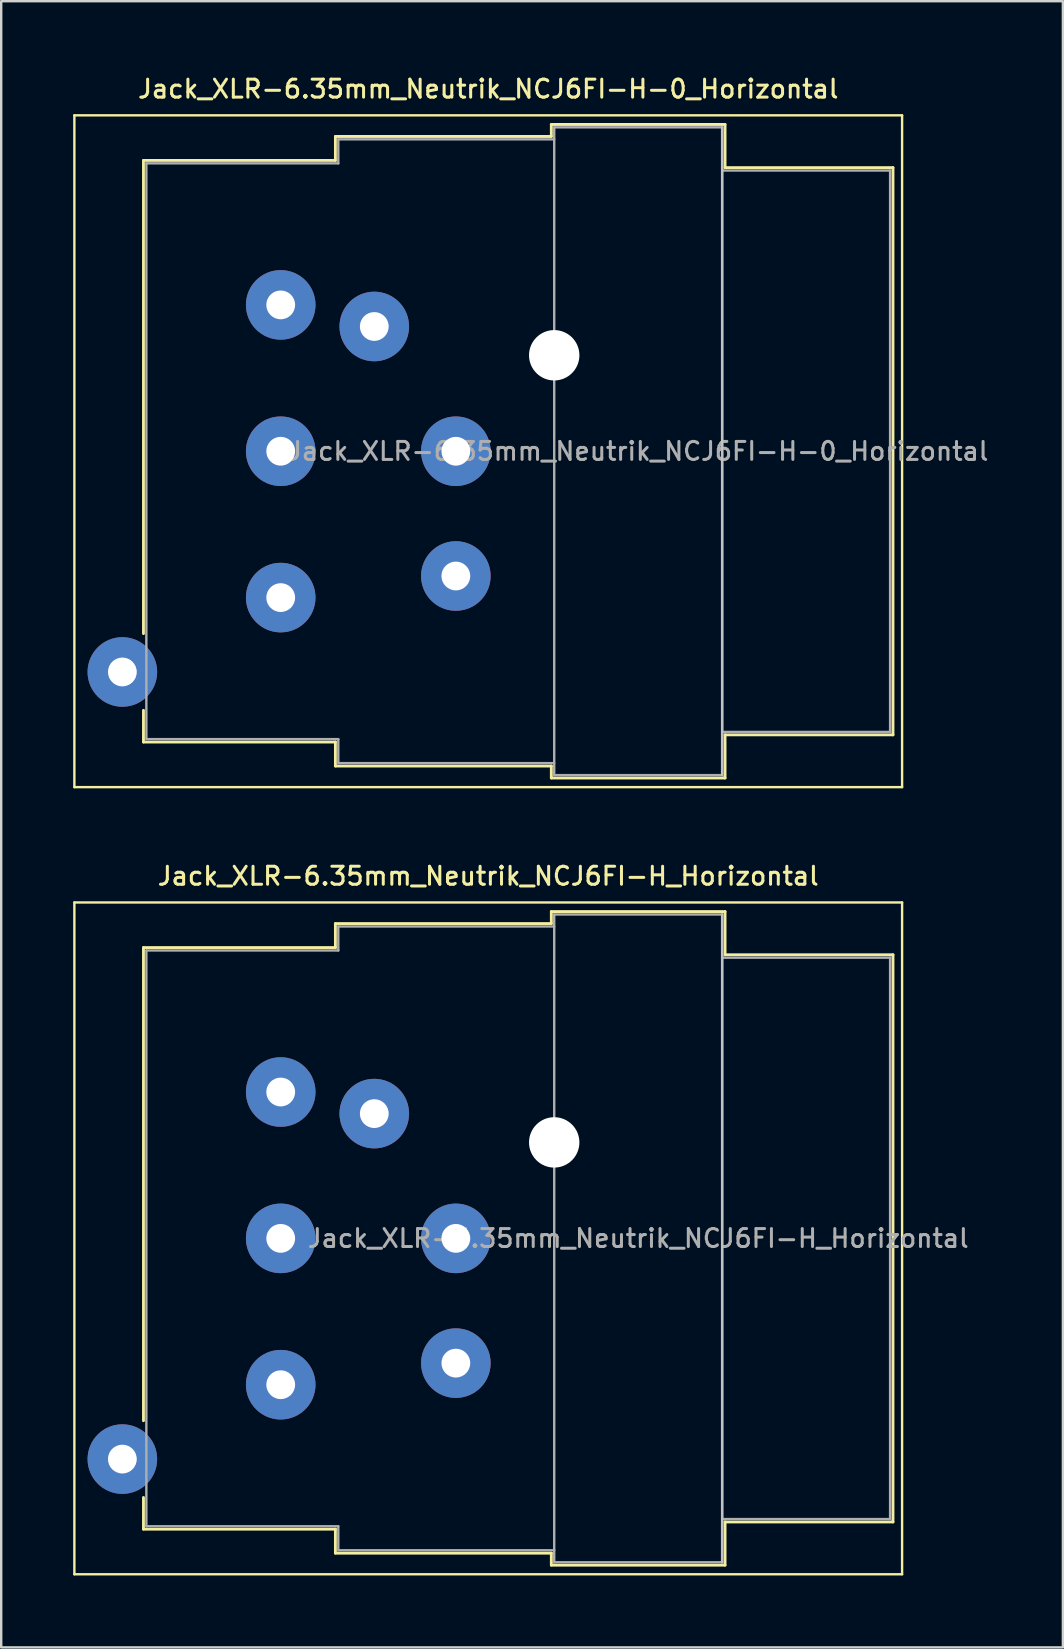
<source format=kicad_pcb>
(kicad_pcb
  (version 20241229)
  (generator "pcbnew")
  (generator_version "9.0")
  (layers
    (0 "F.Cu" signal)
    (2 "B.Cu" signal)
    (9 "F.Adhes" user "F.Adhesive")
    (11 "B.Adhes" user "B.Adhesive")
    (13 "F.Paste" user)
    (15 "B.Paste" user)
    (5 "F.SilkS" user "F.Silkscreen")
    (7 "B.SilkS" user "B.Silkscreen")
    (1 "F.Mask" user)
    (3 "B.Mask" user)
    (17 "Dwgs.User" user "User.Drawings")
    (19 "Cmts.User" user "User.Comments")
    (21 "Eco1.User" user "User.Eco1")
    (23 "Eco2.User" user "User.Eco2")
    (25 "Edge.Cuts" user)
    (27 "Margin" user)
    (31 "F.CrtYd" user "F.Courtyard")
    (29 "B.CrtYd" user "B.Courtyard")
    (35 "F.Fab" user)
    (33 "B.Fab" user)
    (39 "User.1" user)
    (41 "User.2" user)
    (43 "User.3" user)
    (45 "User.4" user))
  (footprint "Jack_XLR-6.35mm_Neutrik_NCJ6FI-H_Horizontal"
    (layer "F.Cu")
    (at 8.65 42.466)
    (property "Reference" "Jack_XLR-6.35mm_Neutrik_NCJ6FI-H_Horizontal" (at 8.65 -9 0) (layer "F.SilkS") (effects (font (size 0.75 0.75) (thickness 0.125))))
    (attr through_hole)
    (fp_line (start -8.6 -7.9) (end -8.6 20.1) (stroke (width 0.1) (type solid)) (layer "F.SilkS"))
    (fp_line (start -5.72 -6.02) (end -5.72 13.7) (stroke (width 0.12) (type solid)) (layer "F.SilkS"))
    (fp_line (start -5.72 16.9) (end -5.72 18.22) (stroke (width 0.12) (type solid)) (layer "F.SilkS"))
    (fp_line (start 2.28 -7.02) (end 2.28 -6.02) (stroke (width 0.12) (type solid)) (layer "F.SilkS"))
    (fp_line (start 2.28 -6.02) (end -5.72 -6.02) (stroke (width 0.12) (type solid)) (layer "F.SilkS"))
    (fp_line (start 2.28 18.22) (end -5.72 18.22) (stroke (width 0.12) (type solid)) (layer "F.SilkS"))
    (fp_line (start 2.28 19.22) (end 2.28 18.22) (stroke (width 0.12) (type solid)) (layer "F.SilkS"))
    (fp_line (start 11.28 -7.02) (end 2.28 -7.02) (stroke (width 0.12) (type solid)) (layer "F.SilkS"))
    (fp_line (start 11.28 -7.02) (end 11.28 -7.52) (stroke (width 0.12) (type solid)) (layer "F.SilkS"))
    (fp_line (start 11.28 19.22) (end 2.28 19.22) (stroke (width 0.12) (type solid)) (layer "F.SilkS"))
    (fp_line (start 11.28 19.72) (end 11.28 19.22) (stroke (width 0.12) (type solid)) (layer "F.SilkS"))
    (fp_line (start 18.52 -7.52) (end 11.28 -7.52) (stroke (width 0.12) (type solid)) (layer "F.SilkS"))
    (fp_line (start 18.52 -7.52) (end 18.52 -5.72) (stroke (width 0.12) (type solid)) (layer "F.SilkS"))
    (fp_line (start 18.52 -5.72) (end 25.52 -5.72) (stroke (width 0.12) (type solid)) (layer "F.SilkS"))
    (fp_line (start 18.52 17.92) (end 18.52 19.72) (stroke (width 0.12) (type solid)) (layer "F.SilkS"))
    (fp_line (start 18.52 17.92) (end 25.52 17.92) (stroke (width 0.12) (type solid)) (layer "F.SilkS"))
    (fp_line (start 18.52 19.72) (end 11.28 19.72) (stroke (width 0.12) (type solid)) (layer "F.SilkS"))
    (fp_line (start 25.52 -5.72) (end 25.52 17.92) (stroke (width 0.12) (type solid)) (layer "F.SilkS"))
    (fp_line (start 25.9 -7.9) (end -8.6 -7.9) (stroke (width 0.1) (type solid)) (layer "F.SilkS"))
    (fp_line (start 25.9 -7.9) (end 25.9 20.1) (stroke (width 0.1) (type solid)) (layer "F.SilkS"))
    (fp_line (start 25.9 20.1) (end -8.6 20.1) (stroke (width 0.1) (type solid)) (layer "F.SilkS"))
    (fp_line (start 18.4 -7.4) (end 18.4 19.6) (stroke (width 0.1) (type solid)) (layer "Dwgs.User"))
    (fp_line (start -5.6 -5.9) (end -5.6 18.1) (stroke (width 0.1) (type solid)) (layer "F.Fab"))
    (fp_line (start -5.6 18.1) (end 2.4 18.1) (stroke (width 0.1) (type solid)) (layer "F.Fab"))
    (fp_line (start 2.4 -6.9) (end 2.4 -5.9) (stroke (width 0.1) (type solid)) (layer "F.Fab"))
    (fp_line (start 2.4 -5.9) (end -5.6 -5.9) (stroke (width 0.1) (type solid)) (layer "F.Fab"))
    (fp_line (start 2.4 18.1) (end 2.4 19.1) (stroke (width 0.1) (type solid)) (layer "F.Fab"))
    (fp_line (start 2.4 19.1) (end 11.4 19.1) (stroke (width 0.1) (type solid)) (layer "F.Fab"))
    (fp_line (start 11.4 -7.4) (end 18.4 -7.4) (stroke (width 0.1) (type solid)) (layer "F.Fab"))
    (fp_line (start 11.4 -6.9) (end 2.4 -6.9) (stroke (width 0.1) (type solid)) (layer "F.Fab"))
    (fp_line (start 11.4 19.6) (end 11.4 -7.4) (stroke (width 0.1) (type solid)) (layer "F.Fab"))
    (fp_line (start 18.4 -7.4) (end 18.4 19.6) (stroke (width 0.1) (type solid)) (layer "F.Fab"))
    (fp_line (start 18.4 -5.6) (end 25.4 -5.6) (stroke (width 0.1) (type solid)) (layer "F.Fab"))
    (fp_line (start 18.4 19.6) (end 11.4 19.6) (stroke (width 0.1) (type solid)) (layer "F.Fab"))
    (fp_line (start 25.4 -5.6) (end 25.4 17.8) (stroke (width 0.1) (type solid)) (layer "F.Fab"))
    (fp_line (start 25.4 17.8) (end 18.4 17.8) (stroke (width 0.1) (type solid)) (layer "F.Fab"))
    (fp_text user "${REFERENCE}" (at 14.9 6.1 0) (layer "F.Fab") (effects (font (size 0.75 0.75) (thickness 0.125))))
    (pad "" np_thru_hole circle (at 11.4 2.1) (size 2.1 2.1) (drill 2.1) (layers "*.Cu" "*.Mask"))
    (pad "1" thru_hole circle (at 0 0) (size 2.9 2.9) (drill 1.2) (layers "*.Cu" "*.Mask"))
    (pad "2" thru_hole circle (at 0 12.2) (size 2.9 2.9) (drill 1.2) (layers "*.Cu" "*.Mask"))
    (pad "3" thru_hole circle (at 0 6.1) (size 2.9 2.9) (drill 1.2) (layers "*.Cu" "*.Mask"))
    (pad "G" thru_hole circle (at 7.3 6.1) (size 2.9 2.9) (drill 1.2) (layers "*.Cu" "*.Mask"))
    (pad "R" thru_hole circle (at 3.9 0.9) (size 2.9 2.9) (drill 1.2) (layers "*.Cu" "*.Mask"))
    (pad "S" thru_hole circle (at 7.3 11.3) (size 2.9 2.9) (drill 1.2) (layers "*.Cu" "*.Mask"))
    (pad "T" thru_hole circle (at -6.6 15.3) (size 2.9 2.9) (drill 1.2) (layers "*.Cu" "*.Mask")))
  (footprint "Jack_XLR-6.35mm_Neutrik_NCJ6FI-H-0_Horizontal"
    (layer "F.Cu")
    (at 8.65 9.658)
    (property "Reference" "Jack_XLR-6.35mm_Neutrik_NCJ6FI-H-0_Horizontal" (at 8.65 -9 0) (layer "F.SilkS") (effects (font (size 0.75 0.75) (thickness 0.125))))
    (attr through_hole)
    (fp_line (start -8.6 -7.9) (end -8.6 20.1) (stroke (width 0.1) (type solid)) (layer "F.SilkS"))
    (fp_line (start -5.72 -6.02) (end -5.72 13.7) (stroke (width 0.12) (type solid)) (layer "F.SilkS"))
    (fp_line (start -5.72 16.9) (end -5.72 18.22) (stroke (width 0.12) (type solid)) (layer "F.SilkS"))
    (fp_line (start 2.28 -7.02) (end 2.28 -6.02) (stroke (width 0.12) (type solid)) (layer "F.SilkS"))
    (fp_line (start 2.28 -6.02) (end -5.72 -6.02) (stroke (width 0.12) (type solid)) (layer "F.SilkS"))
    (fp_line (start 2.28 18.22) (end -5.72 18.22) (stroke (width 0.12) (type solid)) (layer "F.SilkS"))
    (fp_line (start 2.28 19.22) (end 2.28 18.22) (stroke (width 0.12) (type solid)) (layer "F.SilkS"))
    (fp_line (start 11.28 -7.02) (end 2.28 -7.02) (stroke (width 0.12) (type solid)) (layer "F.SilkS"))
    (fp_line (start 11.28 -7.02) (end 11.28 -7.52) (stroke (width 0.12) (type solid)) (layer "F.SilkS"))
    (fp_line (start 11.28 19.22) (end 2.28 19.22) (stroke (width 0.12) (type solid)) (layer "F.SilkS"))
    (fp_line (start 11.28 19.72) (end 11.28 19.22) (stroke (width 0.12) (type solid)) (layer "F.SilkS"))
    (fp_line (start 18.52 -7.52) (end 11.28 -7.52) (stroke (width 0.12) (type solid)) (layer "F.SilkS"))
    (fp_line (start 18.52 -7.52) (end 18.52 -5.72) (stroke (width 0.12) (type solid)) (layer "F.SilkS"))
    (fp_line (start 18.52 -5.72) (end 25.52 -5.72) (stroke (width 0.12) (type solid)) (layer "F.SilkS"))
    (fp_line (start 18.52 17.92) (end 18.52 19.72) (stroke (width 0.12) (type solid)) (layer "F.SilkS"))
    (fp_line (start 18.52 17.92) (end 25.52 17.92) (stroke (width 0.12) (type solid)) (layer "F.SilkS"))
    (fp_line (start 18.52 19.72) (end 11.28 19.72) (stroke (width 0.12) (type solid)) (layer "F.SilkS"))
    (fp_line (start 25.52 -5.72) (end 25.52 17.92) (stroke (width 0.12) (type solid)) (layer "F.SilkS"))
    (fp_line (start 25.9 -7.9) (end -8.6 -7.9) (stroke (width 0.1) (type solid)) (layer "F.SilkS"))
    (fp_line (start 25.9 -7.9) (end 25.9 20.1) (stroke (width 0.1) (type solid)) (layer "F.SilkS"))
    (fp_line (start 25.9 20.1) (end -8.6 20.1) (stroke (width 0.1) (type solid)) (layer "F.SilkS"))
    (fp_line (start 18.4 -7.4) (end 18.4 19.6) (stroke (width 0.1) (type solid)) (layer "Dwgs.User"))
    (fp_line (start -5.6 -5.9) (end -5.6 18.1) (stroke (width 0.1) (type solid)) (layer "F.Fab"))
    (fp_line (start -5.6 18.1) (end 2.4 18.1) (stroke (width 0.1) (type solid)) (layer "F.Fab"))
    (fp_line (start 2.4 -6.9) (end 2.4 -5.9) (stroke (width 0.1) (type solid)) (layer "F.Fab"))
    (fp_line (start 2.4 -5.9) (end -5.6 -5.9) (stroke (width 0.1) (type solid)) (layer "F.Fab"))
    (fp_line (start 2.4 18.1) (end 2.4 19.1) (stroke (width 0.1) (type solid)) (layer "F.Fab"))
    (fp_line (start 2.4 19.1) (end 11.4 19.1) (stroke (width 0.1) (type solid)) (layer "F.Fab"))
    (fp_line (start 11.4 -7.4) (end 18.4 -7.4) (stroke (width 0.1) (type solid)) (layer "F.Fab"))
    (fp_line (start 11.4 -6.9) (end 2.4 -6.9) (stroke (width 0.1) (type solid)) (layer "F.Fab"))
    (fp_line (start 11.4 19.6) (end 11.4 -7.4) (stroke (width 0.1) (type solid)) (layer "F.Fab"))
    (fp_line (start 18.4 -7.4) (end 18.4 19.6) (stroke (width 0.1) (type solid)) (layer "F.Fab"))
    (fp_line (start 18.4 -5.6) (end 25.4 -5.6) (stroke (width 0.1) (type solid)) (layer "F.Fab"))
    (fp_line (start 18.4 19.6) (end 11.4 19.6) (stroke (width 0.1) (type solid)) (layer "F.Fab"))
    (fp_line (start 25.4 -5.6) (end 25.4 17.8) (stroke (width 0.1) (type solid)) (layer "F.Fab"))
    (fp_line (start 25.4 17.8) (end 18.4 17.8) (stroke (width 0.1) (type solid)) (layer "F.Fab"))
    (fp_text user "${REFERENCE}" (at 14.9 6.1 0) (layer "F.Fab") (effects (font (size 0.75 0.75) (thickness 0.125))))
    (pad "" np_thru_hole circle (at 11.4 2.1) (size 2.1 2.1) (drill 2.1) (layers "*.Cu" "*.Mask"))
    (pad "1" thru_hole circle (at 0 0) (size 2.9 2.9) (drill 1.2) (layers "*.Cu" "*.Mask"))
    (pad "2" thru_hole circle (at 0 12.2) (size 2.9 2.9) (drill 1.2) (layers "*.Cu" "*.Mask"))
    (pad "3" thru_hole circle (at 0 6.1) (size 2.9 2.9) (drill 1.2) (layers "*.Cu" "*.Mask"))
    (pad "G" thru_hole circle (at 7.3 6.1) (size 2.9 2.9) (drill 1.2) (layers "*.Cu" "*.Mask"))
    (pad "R" thru_hole circle (at 3.9 0.9) (size 2.9 2.9) (drill 1.2) (layers "*.Cu" "*.Mask"))
    (pad "S" thru_hole circle (at 7.3 11.3) (size 2.9 2.9) (drill 1.2) (layers "*.Cu" "*.Mask"))
    (pad "T" thru_hole circle (at -6.6 15.3) (size 2.9 2.9) (drill 1.2) (layers "*.Cu" "*.Mask")))
  (gr_rect
    (start -3 -3)
    (end 41.252 65.616)
    (stroke (width 0.1) (type default))
    (fill no)
    (layer "Edge.Cuts")))
</source>
